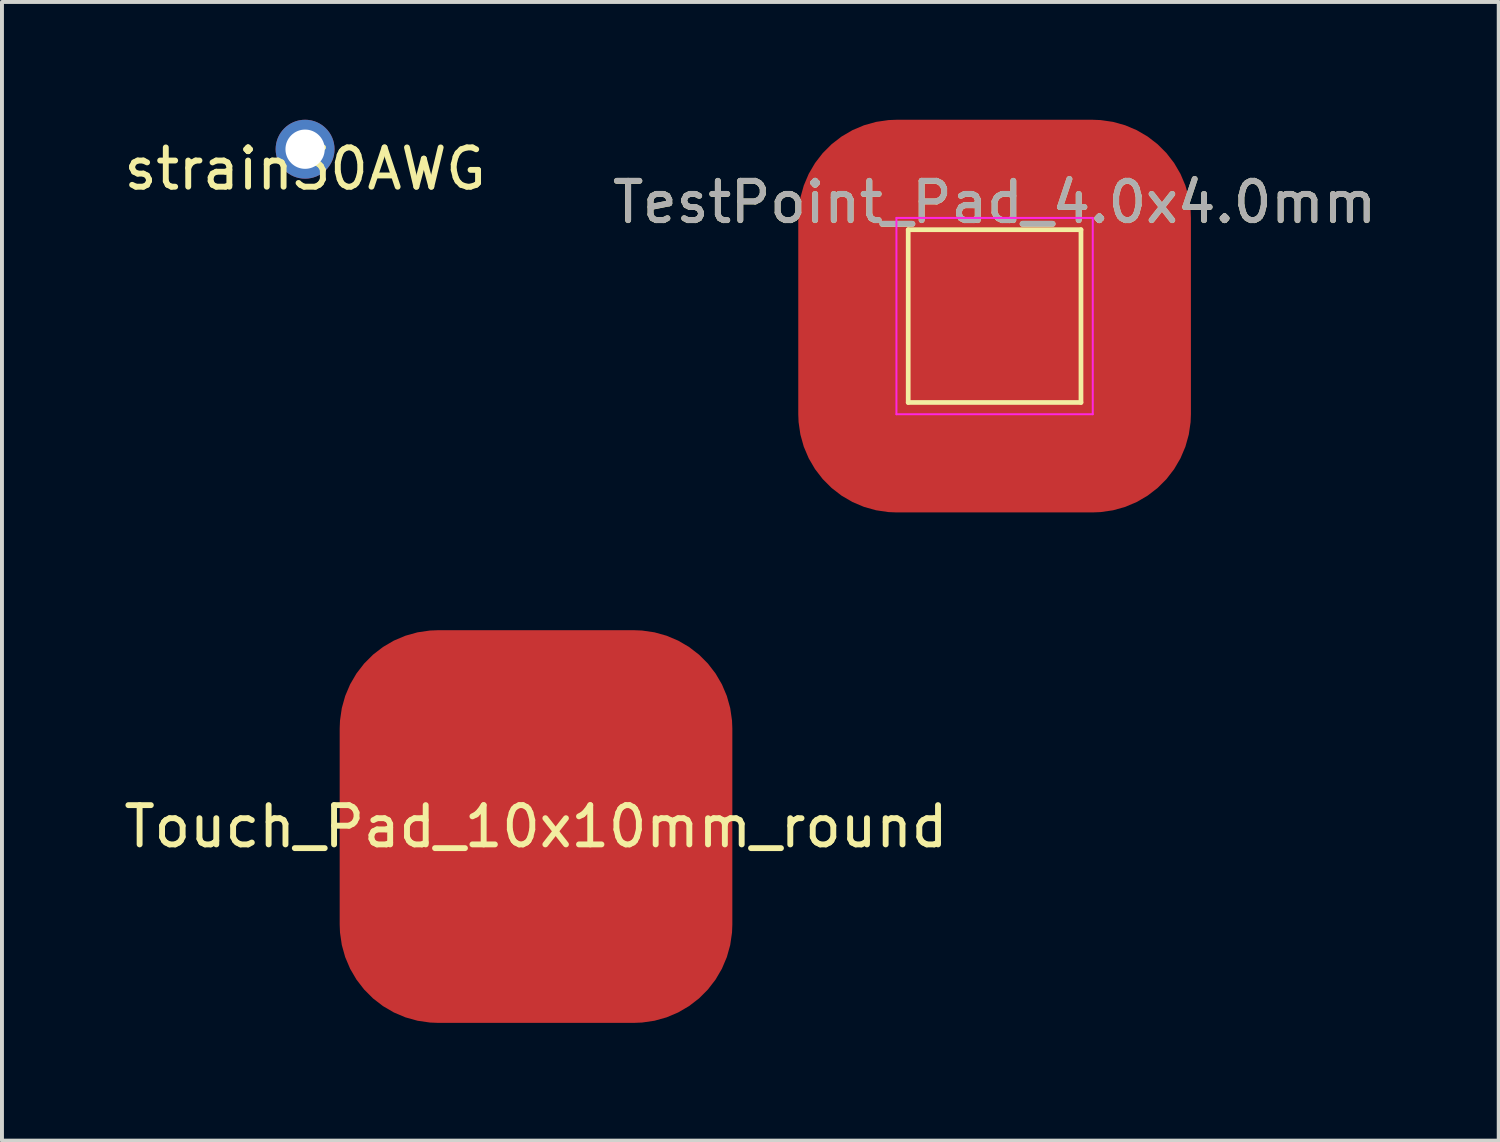
<source format=kicad_pcb>
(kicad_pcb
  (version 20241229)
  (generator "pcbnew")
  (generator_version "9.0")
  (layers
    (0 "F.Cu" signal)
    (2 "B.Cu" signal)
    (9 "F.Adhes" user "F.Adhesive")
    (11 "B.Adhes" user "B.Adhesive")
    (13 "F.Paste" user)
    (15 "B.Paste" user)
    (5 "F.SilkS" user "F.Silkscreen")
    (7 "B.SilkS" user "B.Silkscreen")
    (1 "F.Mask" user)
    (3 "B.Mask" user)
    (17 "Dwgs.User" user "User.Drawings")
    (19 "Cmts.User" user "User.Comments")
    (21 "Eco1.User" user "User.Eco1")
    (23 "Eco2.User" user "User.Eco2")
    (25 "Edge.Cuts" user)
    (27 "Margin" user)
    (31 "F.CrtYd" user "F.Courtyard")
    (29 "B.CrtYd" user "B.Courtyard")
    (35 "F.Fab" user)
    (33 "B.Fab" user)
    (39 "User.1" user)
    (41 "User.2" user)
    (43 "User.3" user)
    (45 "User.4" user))
  (footprint "strain30AWG"
    (layer "F.Cu")
    (at 4.72 0.75)
    (property "Reference" "strain30AWG" (at 0 0.5 0) (layer "F.SilkS") (effects (font (size 1 1) (thickness 0.15))))
    (attr through_hole)
    (pad "1" thru_hole circle (at 0 0) (size 1.5 1.5) (drill 1) (layers "*.Cu")))
  (footprint "Touch_Pad_10x10mm_round"
    (layer "F.Cu")
    (at 10.601 18)
    (property "Reference" "Touch_Pad_10x10mm_round" (at 0 0 0) (layer "F.SilkS") (effects (font (size 1 1) (thickness 0.15))))
    (attr exclude_from_pos_files exclude_from_bom)
    (pad "1" smd roundrect (at 0 0) (size 10 10) (layers "F.Cu" "F.Mask") (roundrect_rratio 0.25)))
  (footprint "TestPoint_Pad_4.0x4.0mm"
    (layer "F.Cu")
    (at 22.28 5)
    (property "Reference" "TestPoint_Pad_4.0x4.0mm" (at 0 -2.898 0) (layer "F.SilkS") (effects (font (size 1 1) (thickness 0.15))))
    (attr exclude_from_pos_files exclude_from_bom)
    (fp_line (start -2.2 -2.2) (end 2.2 -2.2) (stroke (width 0.12) (type solid)) (layer "F.SilkS"))
    (fp_line (start -2.2 2.2) (end -2.2 -2.2) (stroke (width 0.12) (type solid)) (layer "F.SilkS"))
    (fp_line (start 2.2 -2.2) (end 2.2 2.2) (stroke (width 0.12) (type solid)) (layer "F.SilkS"))
    (fp_line (start 2.2 2.2) (end -2.2 2.2) (stroke (width 0.12) (type solid)) (layer "F.SilkS"))
    (fp_line (start -2.5 -2.5) (end -2.5 2.5) (stroke (width 0.05) (type solid)) (layer "F.CrtYd"))
    (fp_line (start -2.5 -2.5) (end 2.5 -2.5) (stroke (width 0.05) (type solid)) (layer "F.CrtYd"))
    (fp_line (start 2.5 2.5) (end -2.5 2.5) (stroke (width 0.05) (type solid)) (layer "F.CrtYd"))
    (fp_line (start 2.5 2.5) (end 2.5 -2.5) (stroke (width 0.05) (type solid)) (layer "F.CrtYd"))
    (fp_text user "${REFERENCE}" (at 0 -2.9 0) (layer "F.Fab") (effects (font (size 1 1) (thickness 0.15))))
    (pad "1" smd roundrect (at 0 0) (size 10 10) (layers "F.Cu" "F.Mask") (roundrect_rratio 0.25)))
  (gr_rect
    (start -3 -3)
    (end 35.119 26)
    (stroke (width 0.1) (type default))
    (fill no)
    (layer "Edge.Cuts")))
</source>
